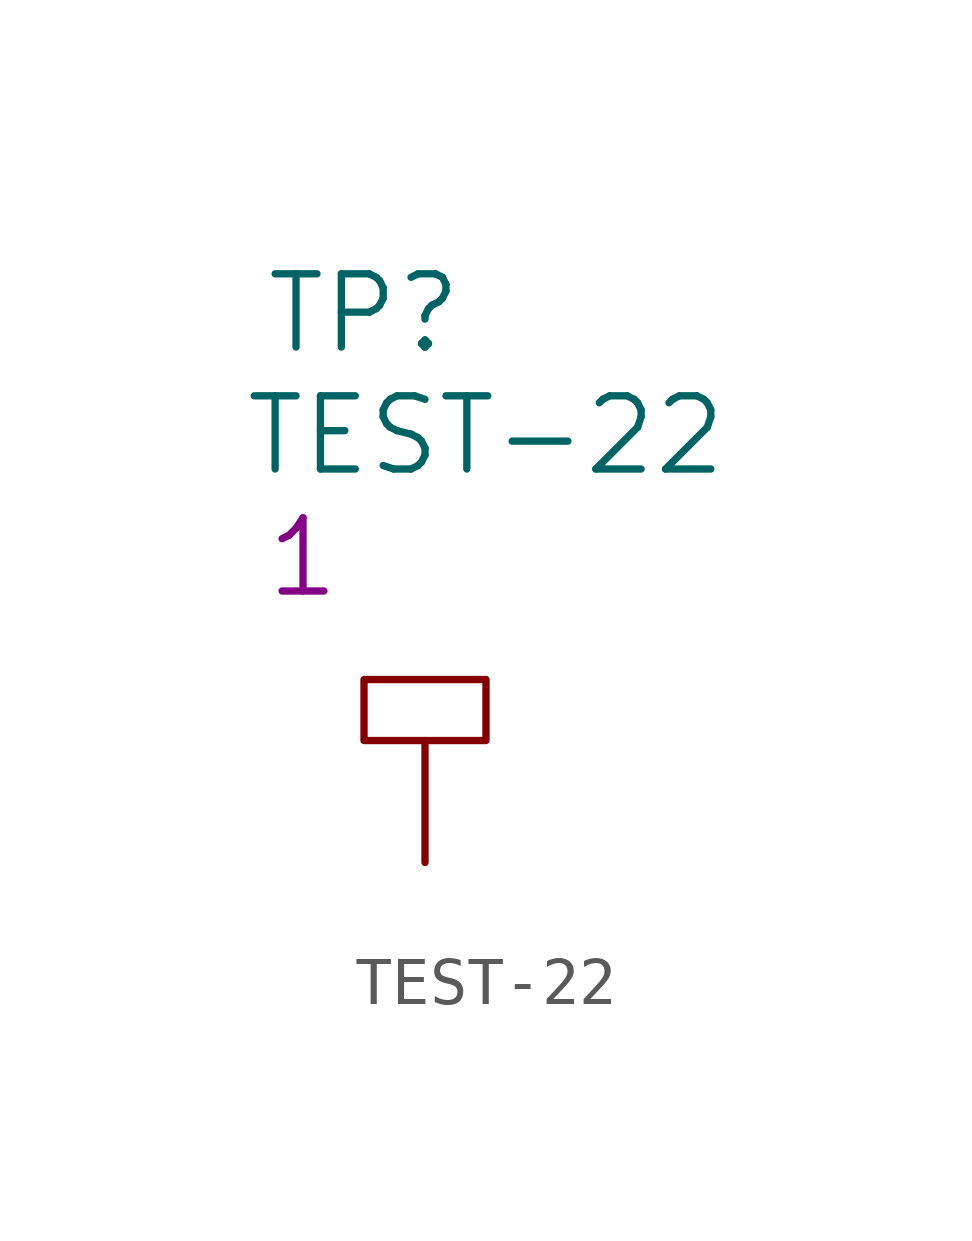
<source format=kicad_sym>
(kicad_symbol_lib
  (version 20201005)
  (generator kicad_symbol_editor)
  (symbol "S_Test_point:TEST-22"
    (pin_numbers hide)
    (pin_names
      (offset 1.27) hide)
    (property "Reference" "TP"
      (at -1.27 11.43 0)
      (effects (font (size 1.524 1.524))))
    (property "Value" "TEST-22"
      (at 1.27 8.89 0)
      (effects (font (size 1.524 1.524))))
    (property "Qty" "1"
      (at -2.54 6.35 0)
      (effects (font (size 1.524 1.524))))
    (symbol "TEST-22_0_1"
      (polyline (pts (xy 0 2.54) (xy 1.27 2.54) (xy 1.27 3.81) (xy -1.27 3.81) (xy -1.27 2.54) (xy 0 2.54)) (stroke (width 0)) (fill (type none))))
    (symbol "TEST-22_1_1"
      (pin passive line (at 0 0 90) (length 2.54) (name "TP" (effects (font (size 1.27 1.27)))) (number "1" (effects (font (size 1.27 1.27))))))))
</source>
